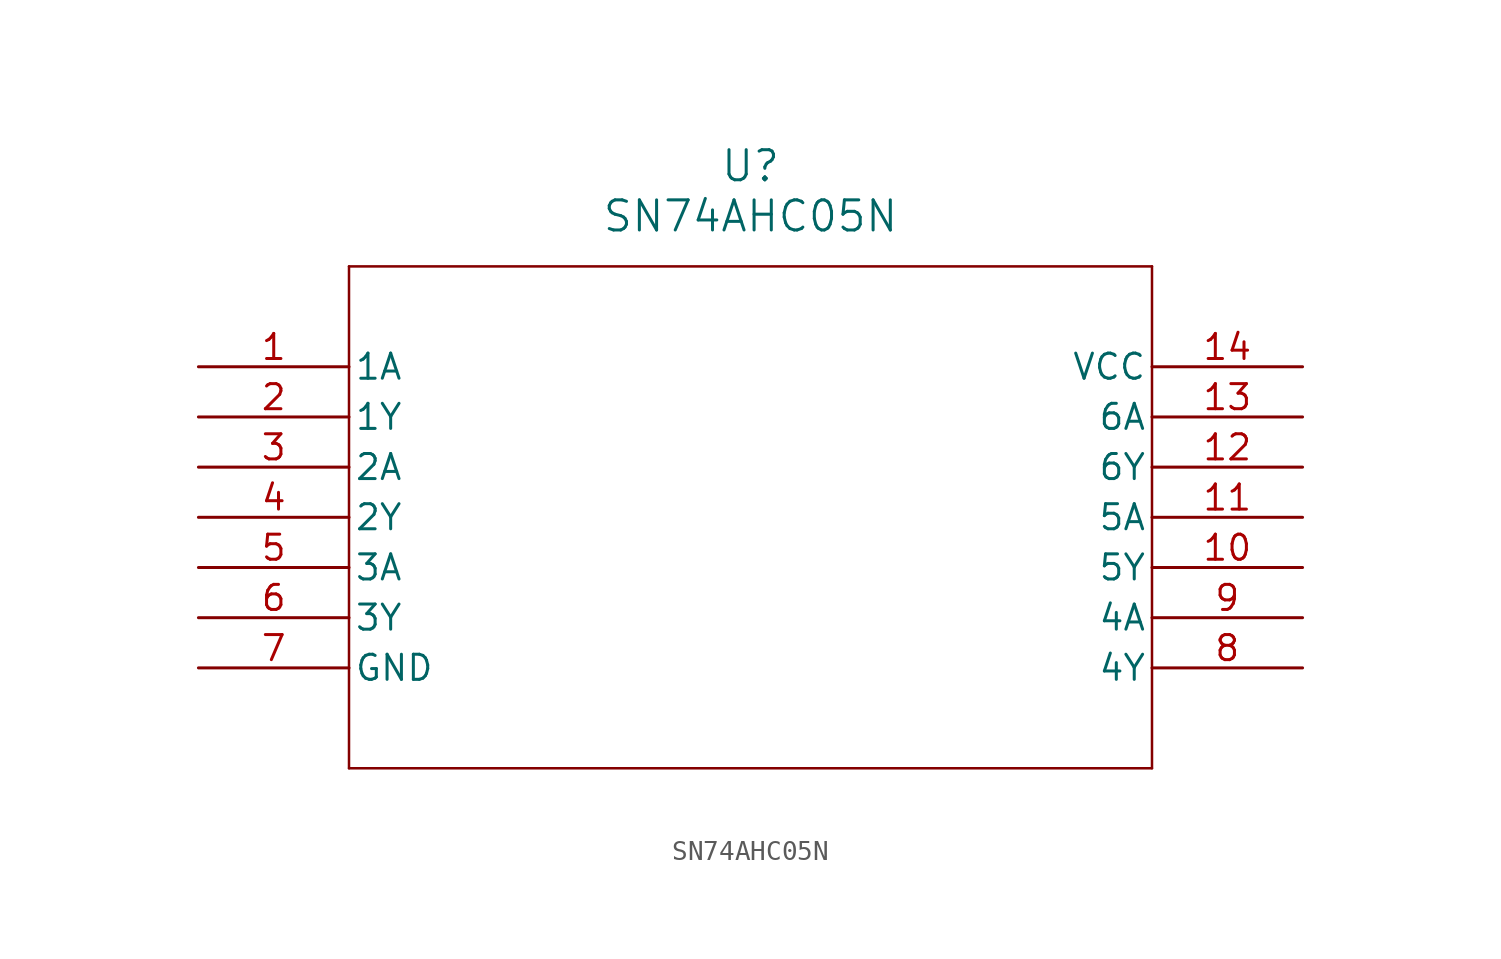
<source format=kicad_sym>
(kicad_symbol_lib
  (version 20231120)
  (generator "kicad_symbol_editor")
  (generator_version "8.0")
  (symbol "SN74AHC05N"
    (pin_names
      (offset 0.254))
    (property "Reference" "U"
      (at 27.94 10.16 0)
      (effects (font (size 1.524 1.524))))
    (property "Value" "SN74AHC05N"
      (at 27.94 7.62 0)
      (effects (font (size 1.524 1.524))))
    (symbol "SN74AHC05N_0_1"
      (polyline (pts (xy 7.62 -20.32) (xy 48.26 -20.32)) (stroke (width 0.127) (type default)) (fill (type none)))
      (polyline (pts (xy 7.62 5.08) (xy 7.62 -20.32)) (stroke (width 0.127) (type default)) (fill (type none)))
      (polyline (pts (xy 48.26 -20.32) (xy 48.26 5.08)) (stroke (width 0.127) (type default)) (fill (type none)))
      (polyline (pts (xy 48.26 5.08) (xy 7.62 5.08)) (stroke (width 0.127) (type default)) (fill (type none)))
      (pin input line (at 0 0 0) (length 7.62) (name "1A" (effects (font (size 1.27 1.27)))) (number "1" (effects (font (size 1.27 1.27)))))
      (pin output line (at 55.88 -10.16 180) (length 7.62) (name "5Y" (effects (font (size 1.27 1.27)))) (number "10" (effects (font (size 1.27 1.27)))))
      (pin input line (at 55.88 -7.62 180) (length 7.62) (name "5A" (effects (font (size 1.27 1.27)))) (number "11" (effects (font (size 1.27 1.27)))))
      (pin output line (at 55.88 -5.08 180) (length 7.62) (name "6Y" (effects (font (size 1.27 1.27)))) (number "12" (effects (font (size 1.27 1.27)))))
      (pin input line (at 55.88 -2.54 180) (length 7.62) (name "6A" (effects (font (size 1.27 1.27)))) (number "13" (effects (font (size 1.27 1.27)))))
      (pin power_in line (at 55.88 0 180) (length 7.62) (name "VCC" (effects (font (size 1.27 1.27)))) (number "14" (effects (font (size 1.27 1.27)))))
      (pin output line (at 0 -2.54 0) (length 7.62) (name "1Y" (effects (font (size 1.27 1.27)))) (number "2" (effects (font (size 1.27 1.27)))))
      (pin input line (at 0 -5.08 0) (length 7.62) (name "2A" (effects (font (size 1.27 1.27)))) (number "3" (effects (font (size 1.27 1.27)))))
      (pin output line (at 0 -7.62 0) (length 7.62) (name "2Y" (effects (font (size 1.27 1.27)))) (number "4" (effects (font (size 1.27 1.27)))))
      (pin input line (at 0 -10.16 0) (length 7.62) (name "3A" (effects (font (size 1.27 1.27)))) (number "5" (effects (font (size 1.27 1.27)))))
      (pin output line (at 0 -12.7 0) (length 7.62) (name "3Y" (effects (font (size 1.27 1.27)))) (number "6" (effects (font (size 1.27 1.27)))))
      (pin power_in line (at 0 -15.24 0) (length 7.62) (name "GND" (effects (font (size 1.27 1.27)))) (number "7" (effects (font (size 1.27 1.27)))))
      (pin output line (at 55.88 -15.24 180) (length 7.62) (name "4Y" (effects (font (size 1.27 1.27)))) (number "8" (effects (font (size 1.27 1.27)))))
      (pin input line (at 55.88 -12.7 180) (length 7.62) (name "4A" (effects (font (size 1.27 1.27)))) (number "9" (effects (font (size 1.27 1.27))))))))
</source>
